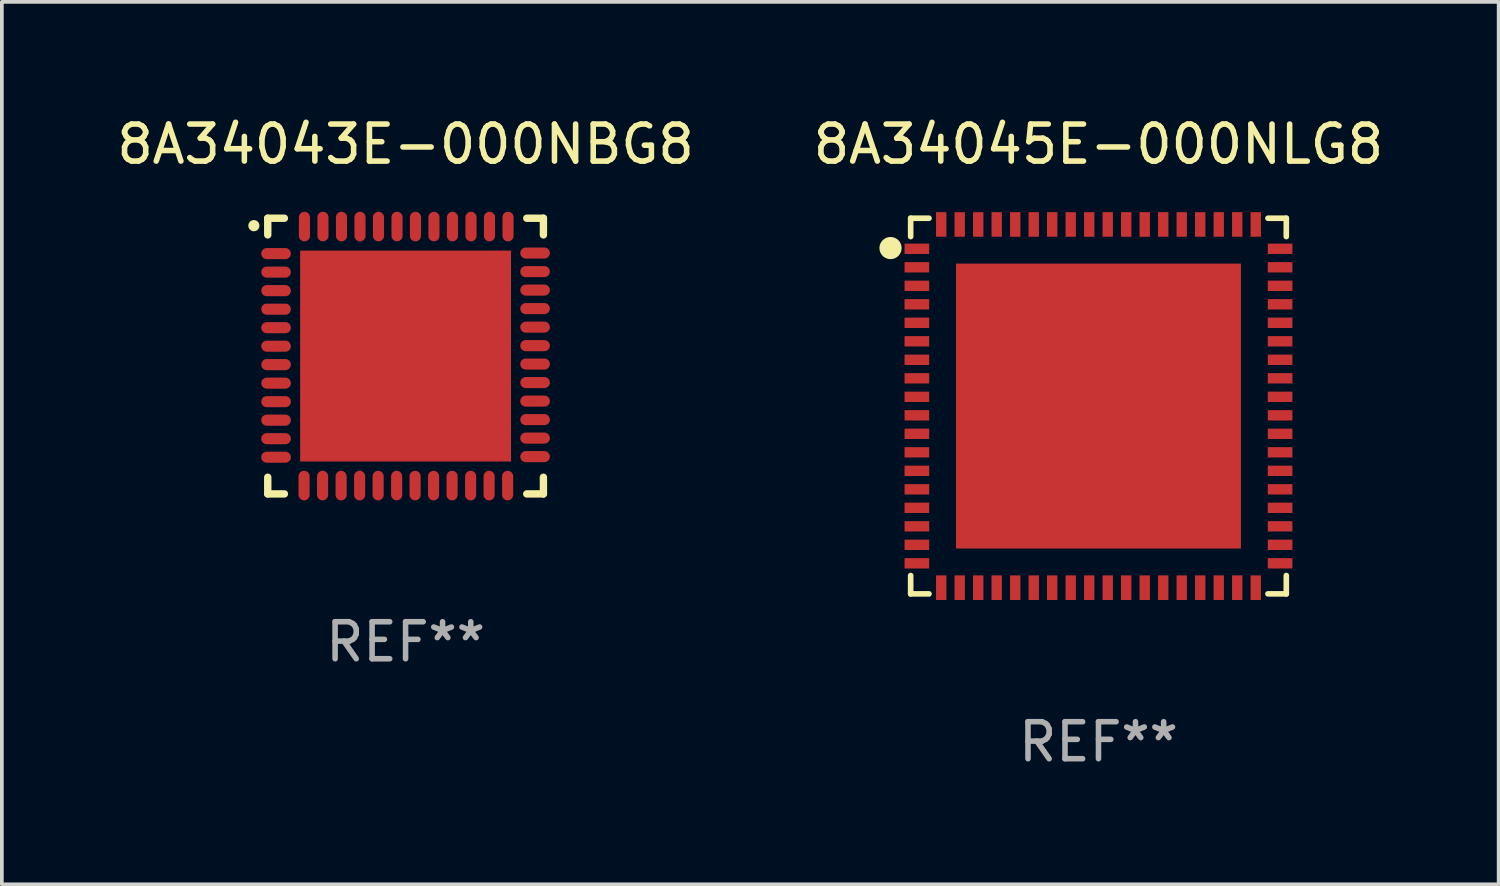
<source format=kicad_pcb>
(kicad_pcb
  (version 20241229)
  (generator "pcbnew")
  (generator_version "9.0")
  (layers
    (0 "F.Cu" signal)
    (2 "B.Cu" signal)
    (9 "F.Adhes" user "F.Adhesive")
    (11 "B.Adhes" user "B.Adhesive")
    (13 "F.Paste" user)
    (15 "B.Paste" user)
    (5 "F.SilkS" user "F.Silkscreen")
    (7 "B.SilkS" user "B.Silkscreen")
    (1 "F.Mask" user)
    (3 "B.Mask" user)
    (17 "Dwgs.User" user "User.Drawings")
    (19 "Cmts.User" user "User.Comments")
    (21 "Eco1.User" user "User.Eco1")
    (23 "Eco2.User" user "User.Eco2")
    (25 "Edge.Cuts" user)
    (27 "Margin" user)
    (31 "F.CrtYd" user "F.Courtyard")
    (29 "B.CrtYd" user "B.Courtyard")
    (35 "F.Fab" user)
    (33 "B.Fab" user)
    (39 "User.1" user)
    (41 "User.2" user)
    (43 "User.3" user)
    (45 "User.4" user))
  (footprint "8A34045E-000NLG8"
    (layer "F.Cu")
    (at 26.637 7.924)
    (property "Reference" "8A34045E-000NLG8" (at 0 -7.076 0) (layer "F.SilkS") (effects (font (size 1 1) (thickness 0.15))))
    (attr through_hole)
    (fp_line (start -5.076 -5.076) (end -5.076 -4.58) (stroke (width 0.152) (type solid)) (layer "F.SilkS"))
    (fp_line (start -5.076 5.076) (end -5.076 4.58) (stroke (width 0.152) (type solid)) (layer "F.SilkS"))
    (fp_line (start -4.58 -5.076) (end -5.076 -5.076) (stroke (width 0.152) (type solid)) (layer "F.SilkS"))
    (fp_line (start -4.58 5.076) (end -5.076 5.076) (stroke (width 0.152) (type solid)) (layer "F.SilkS"))
    (fp_line (start 4.58 -5.076) (end 5.076 -5.076) (stroke (width 0.152) (type solid)) (layer "F.SilkS"))
    (fp_line (start 4.58 5.076) (end 5.076 5.076) (stroke (width 0.152) (type solid)) (layer "F.SilkS"))
    (fp_line (start 5.076 -5.076) (end 5.076 -4.58) (stroke (width 0.152) (type solid)) (layer "F.SilkS"))
    (fp_line (start 5.076 5.076) (end 5.076 4.58) (stroke (width 0.152) (type solid)) (layer "F.SilkS"))
    (fp_circle (center -5.62 -4.27) (end -5.47 -4.27) (stroke (width 0.3) (type solid)) (fill no) (layer "F.SilkS"))
    (fp_text user "REF**" (at 0 9.076 0) (layer "F.Fab") (effects (font (size 1 1) (thickness 0.15))))
    (pad "1" smd rect (at -4.908 -4.25 270) (size 0.28 0.665) (layers "F.Cu" "F.Mask" "F.Paste"))
    (pad "2" smd rect (at -4.908 -3.75 270) (size 0.28 0.665) (layers "F.Cu" "F.Mask" "F.Paste"))
    (pad "3" smd rect (at -4.908 -3.25 270) (size 0.28 0.665) (layers "F.Cu" "F.Mask" "F.Paste"))
    (pad "4" smd rect (at -4.908 -2.75 270) (size 0.28 0.665) (layers "F.Cu" "F.Mask" "F.Paste"))
    (pad "5" smd rect (at -4.908 -2.25 270) (size 0.28 0.665) (layers "F.Cu" "F.Mask" "F.Paste"))
    (pad "6" smd rect (at -4.908 -1.75 270) (size 0.28 0.665) (layers "F.Cu" "F.Mask" "F.Paste"))
    (pad "7" smd rect (at -4.908 -1.25 270) (size 0.28 0.665) (layers "F.Cu" "F.Mask" "F.Paste"))
    (pad "8" smd rect (at -4.908 -0.75 270) (size 0.28 0.665) (layers "F.Cu" "F.Mask" "F.Paste"))
    (pad "9" smd rect (at -4.908 -0.25 270) (size 0.28 0.665) (layers "F.Cu" "F.Mask" "F.Paste"))
    (pad "10" smd rect (at -4.908 0.25 270) (size 0.28 0.665) (layers "F.Cu" "F.Mask" "F.Paste"))
    (pad "11" smd rect (at -4.908 0.75 270) (size 0.28 0.665) (layers "F.Cu" "F.Mask" "F.Paste"))
    (pad "12" smd rect (at -4.908 1.25 270) (size 0.28 0.665) (layers "F.Cu" "F.Mask" "F.Paste"))
    (pad "13" smd rect (at -4.908 1.75 270) (size 0.28 0.665) (layers "F.Cu" "F.Mask" "F.Paste"))
    (pad "14" smd rect (at -4.908 2.25 270) (size 0.28 0.665) (layers "F.Cu" "F.Mask" "F.Paste"))
    (pad "15" smd rect (at -4.908 2.75 270) (size 0.28 0.665) (layers "F.Cu" "F.Mask" "F.Paste"))
    (pad "16" smd rect (at -4.908 3.25 270) (size 0.28 0.665) (layers "F.Cu" "F.Mask" "F.Paste"))
    (pad "17" smd rect (at -4.908 3.75 270) (size 0.28 0.665) (layers "F.Cu" "F.Mask" "F.Paste"))
    (pad "18" smd rect (at -4.908 4.25 270) (size 0.28 0.665) (layers "F.Cu" "F.Mask" "F.Paste"))
    (pad "19" smd rect (at -4.25 4.908 270) (size 0.665 0.28) (layers "F.Cu" "F.Mask" "F.Paste"))
    (pad "20" smd rect (at -3.75 4.908 270) (size 0.665 0.28) (layers "F.Cu" "F.Mask" "F.Paste"))
    (pad "21" smd rect (at -3.25 4.908 270) (size 0.665 0.28) (layers "F.Cu" "F.Mask" "F.Paste"))
    (pad "22" smd rect (at -2.75 4.908 270) (size 0.665 0.28) (layers "F.Cu" "F.Mask" "F.Paste"))
    (pad "23" smd rect (at -2.25 4.908 270) (size 0.665 0.28) (layers "F.Cu" "F.Mask" "F.Paste"))
    (pad "24" smd rect (at -1.75 4.908 270) (size 0.665 0.28) (layers "F.Cu" "F.Mask" "F.Paste"))
    (pad "25" smd rect (at -1.25 4.908 270) (size 0.665 0.28) (layers "F.Cu" "F.Mask" "F.Paste"))
    (pad "26" smd rect (at -0.75 4.908 270) (size 0.665 0.28) (layers "F.Cu" "F.Mask" "F.Paste"))
    (pad "27" smd rect (at -0.25 4.908 270) (size 0.665 0.28) (layers "F.Cu" "F.Mask" "F.Paste"))
    (pad "28" smd rect (at 0.25 4.908 270) (size 0.665 0.28) (layers "F.Cu" "F.Mask" "F.Paste"))
    (pad "29" smd rect (at 0.75 4.908 270) (size 0.665 0.28) (layers "F.Cu" "F.Mask" "F.Paste"))
    (pad "30" smd rect (at 1.25 4.908 270) (size 0.665 0.28) (layers "F.Cu" "F.Mask" "F.Paste"))
    (pad "31" smd rect (at 1.75 4.908 270) (size 0.665 0.28) (layers "F.Cu" "F.Mask" "F.Paste"))
    (pad "32" smd rect (at 2.25 4.908 270) (size 0.665 0.28) (layers "F.Cu" "F.Mask" "F.Paste"))
    (pad "33" smd rect (at 2.75 4.908 270) (size 0.665 0.28) (layers "F.Cu" "F.Mask" "F.Paste"))
    (pad "34" smd rect (at 3.25 4.908 270) (size 0.665 0.28) (layers "F.Cu" "F.Mask" "F.Paste"))
    (pad "35" smd rect (at 3.75 4.908 270) (size 0.665 0.28) (layers "F.Cu" "F.Mask" "F.Paste"))
    (pad "36" smd rect (at 4.25 4.908 270) (size 0.665 0.28) (layers "F.Cu" "F.Mask" "F.Paste"))
    (pad "37" smd rect (at 4.908 4.25 270) (size 0.28 0.665) (layers "F.Cu" "F.Mask" "F.Paste"))
    (pad "38" smd rect (at 4.908 3.75 270) (size 0.28 0.665) (layers "F.Cu" "F.Mask" "F.Paste"))
    (pad "39" smd rect (at 4.908 3.25 270) (size 0.28 0.665) (layers "F.Cu" "F.Mask" "F.Paste"))
    (pad "40" smd rect (at 4.908 2.75 270) (size 0.28 0.665) (layers "F.Cu" "F.Mask" "F.Paste"))
    (pad "41" smd rect (at 4.908 2.25 270) (size 0.28 0.665) (layers "F.Cu" "F.Mask" "F.Paste"))
    (pad "42" smd rect (at 4.908 1.75 270) (size 0.28 0.665) (layers "F.Cu" "F.Mask" "F.Paste"))
    (pad "43" smd rect (at 4.908 1.25 270) (size 0.28 0.665) (layers "F.Cu" "F.Mask" "F.Paste"))
    (pad "44" smd rect (at 4.908 0.75 270) (size 0.28 0.665) (layers "F.Cu" "F.Mask" "F.Paste"))
    (pad "45" smd rect (at 4.908 0.25 270) (size 0.28 0.665) (layers "F.Cu" "F.Mask" "F.Paste"))
    (pad "46" smd rect (at 4.908 -0.25 270) (size 0.28 0.665) (layers "F.Cu" "F.Mask" "F.Paste"))
    (pad "47" smd rect (at 4.908 -0.75 270) (size 0.28 0.665) (layers "F.Cu" "F.Mask" "F.Paste"))
    (pad "48" smd rect (at 4.908 -1.25 270) (size 0.28 0.665) (layers "F.Cu" "F.Mask" "F.Paste"))
    (pad "49" smd rect (at 4.908 -1.75 270) (size 0.28 0.665) (layers "F.Cu" "F.Mask" "F.Paste"))
    (pad "50" smd rect (at 4.908 -2.25 270) (size 0.28 0.665) (layers "F.Cu" "F.Mask" "F.Paste"))
    (pad "51" smd rect (at 4.908 -2.75 270) (size 0.28 0.665) (layers "F.Cu" "F.Mask" "F.Paste"))
    (pad "52" smd rect (at 4.908 -3.25 270) (size 0.28 0.665) (layers "F.Cu" "F.Mask" "F.Paste"))
    (pad "53" smd rect (at 4.908 -3.75 270) (size 0.28 0.665) (layers "F.Cu" "F.Mask" "F.Paste"))
    (pad "54" smd rect (at 4.908 -4.25 270) (size 0.28 0.665) (layers "F.Cu" "F.Mask" "F.Paste"))
    (pad "55" smd rect (at 4.25 -4.908 270) (size 0.665 0.28) (layers "F.Cu" "F.Mask" "F.Paste"))
    (pad "56" smd rect (at 3.75 -4.908 270) (size 0.665 0.28) (layers "F.Cu" "F.Mask" "F.Paste"))
    (pad "57" smd rect (at 3.25 -4.908 270) (size 0.665 0.28) (layers "F.Cu" "F.Mask" "F.Paste"))
    (pad "58" smd rect (at 2.75 -4.908 270) (size 0.665 0.28) (layers "F.Cu" "F.Mask" "F.Paste"))
    (pad "59" smd rect (at 2.25 -4.908 270) (size 0.665 0.28) (layers "F.Cu" "F.Mask" "F.Paste"))
    (pad "60" smd rect (at 1.75 -4.908 270) (size 0.665 0.28) (layers "F.Cu" "F.Mask" "F.Paste"))
    (pad "61" smd rect (at 1.25 -4.908 270) (size 0.665 0.28) (layers "F.Cu" "F.Mask" "F.Paste"))
    (pad "62" smd rect (at 0.75 -4.908 270) (size 0.665 0.28) (layers "F.Cu" "F.Mask" "F.Paste"))
    (pad "63" smd rect (at 0.25 -4.908 270) (size 0.665 0.28) (layers "F.Cu" "F.Mask" "F.Paste"))
    (pad "64" smd rect (at -0.25 -4.908 270) (size 0.665 0.28) (layers "F.Cu" "F.Mask" "F.Paste"))
    (pad "65" smd rect (at -0.75 -4.908 270) (size 0.665 0.28) (layers "F.Cu" "F.Mask" "F.Paste"))
    (pad "66" smd rect (at -1.25 -4.908 270) (size 0.665 0.28) (layers "F.Cu" "F.Mask" "F.Paste"))
    (pad "67" smd rect (at -1.75 -4.908 270) (size 0.665 0.28) (layers "F.Cu" "F.Mask" "F.Paste"))
    (pad "68" smd rect (at -2.25 -4.908 270) (size 0.665 0.28) (layers "F.Cu" "F.Mask" "F.Paste"))
    (pad "69" smd rect (at -2.75 -4.908 270) (size 0.665 0.28) (layers "F.Cu" "F.Mask" "F.Paste"))
    (pad "70" smd rect (at -3.25 -4.908 270) (size 0.665 0.28) (layers "F.Cu" "F.Mask" "F.Paste"))
    (pad "71" smd rect (at -3.75 -4.908 270) (size 0.665 0.28) (layers "F.Cu" "F.Mask" "F.Paste"))
    (pad "72" smd rect (at -4.25 -4.908 270) (size 0.665 0.28) (layers "F.Cu" "F.Mask" "F.Paste"))
    (pad "73" smd rect (at 0 0 270) (size 7.7 7.7) (layers "F.Cu" "F.Mask" "F.Paste")))
  (footprint "8A34043E-000NBG8"
    (layer "F.Cu")
    (at 7.911 6.573)
    (property "Reference" "8A34043E-000NBG8" (at 0 -5.725 0) (layer "F.SilkS") (effects (font (size 1 1) (thickness 0.15))))
    (attr through_hole)
    (fp_line (start -3.725 -3.725) (end -3.275 -3.725) (stroke (width 0.2) (type solid)) (layer "F.SilkS"))
    (fp_line (start -3.725 -3.275) (end -3.725 -3.725) (stroke (width 0.2) (type solid)) (layer "F.SilkS"))
    (fp_line (start -3.725 3.275) (end -3.725 3.725) (stroke (width 0.2) (type solid)) (layer "F.SilkS"))
    (fp_line (start -3.725 3.725) (end -3.275 3.725) (stroke (width 0.2) (type solid)) (layer "F.SilkS"))
    (fp_line (start 3.275 -3.725) (end 3.725 -3.725) (stroke (width 0.2) (type solid)) (layer "F.SilkS"))
    (fp_line (start 3.275 3.725) (end 3.725 3.725) (stroke (width 0.2) (type solid)) (layer "F.SilkS"))
    (fp_line (start 3.725 -3.725) (end 3.725 -3.275) (stroke (width 0.2) (type solid)) (layer "F.SilkS"))
    (fp_line (start 3.725 3.725) (end 3.725 3.275) (stroke (width 0.2) (type solid)) (layer "F.SilkS"))
    (fp_arc (start -4.099568 -3.522987) (mid -4.099573 -3.524257) (end -4.099568 -3.525527) (stroke (width 0.3) (type solid)) (layer "F.SilkS"))
    (fp_text user "REF**" (at 0 7.725 0) (layer "F.Fab") (effects (font (size 1 1) (thickness 0.15))))
    (pad "1" smd oval (at -3.5 -2.769 90) (size 0.3 0.8) (layers "F.Cu" "F.Mask" "F.Paste"))
    (pad "2" smd oval (at -3.5 -2.268 90) (size 0.3 0.8) (layers "F.Cu" "F.Mask" "F.Paste"))
    (pad "3" smd oval (at -3.5 -1.768 90) (size 0.3 0.8) (layers "F.Cu" "F.Mask" "F.Paste"))
    (pad "4" smd oval (at -3.5 -1.267 90) (size 0.3 0.8) (layers "F.Cu" "F.Mask" "F.Paste"))
    (pad "5" smd oval (at -3.5 -0.767 90) (size 0.3 0.8) (layers "F.Cu" "F.Mask" "F.Paste"))
    (pad "6" smd oval (at -3.5 -0.267 90) (size 0.3 0.8) (layers "F.Cu" "F.Mask" "F.Paste"))
    (pad "7" smd oval (at -3.5 0.231 90) (size 0.3 0.8) (layers "F.Cu" "F.Mask" "F.Paste"))
    (pad "8" smd oval (at -3.5 0.732 90) (size 0.3 0.8) (layers "F.Cu" "F.Mask" "F.Paste"))
    (pad "9" smd oval (at -3.5 1.232 90) (size 0.3 0.8) (layers "F.Cu" "F.Mask" "F.Paste"))
    (pad "10" smd oval (at -3.5 1.732 90) (size 0.3 0.8) (layers "F.Cu" "F.Mask" "F.Paste"))
    (pad "11" smd oval (at -3.5 2.233 90) (size 0.3 0.8) (layers "F.Cu" "F.Mask" "F.Paste"))
    (pad "12" smd oval (at -3.5 2.733 90) (size 0.3 0.8) (layers "F.Cu" "F.Mask" "F.Paste"))
    (pad "13" smd oval (at -2.743 3.5) (size 0.3 0.8) (layers "F.Cu" "F.Mask" "F.Paste"))
    (pad "14" smd oval (at -2.243 3.5) (size 0.3 0.8) (layers "F.Cu" "F.Mask" "F.Paste"))
    (pad "15" smd oval (at -1.742 3.5) (size 0.3 0.8) (layers "F.Cu" "F.Mask" "F.Paste"))
    (pad "16" smd oval (at -1.242 3.5) (size 0.3 0.8) (layers "F.Cu" "F.Mask" "F.Paste"))
    (pad "17" smd oval (at -0.742 3.5) (size 0.3 0.8) (layers "F.Cu" "F.Mask" "F.Paste"))
    (pad "18" smd oval (at -0.241 3.5) (size 0.3 0.8) (layers "F.Cu" "F.Mask" "F.Paste"))
    (pad "19" smd oval (at 0.257 3.5) (size 0.3 0.8) (layers "F.Cu" "F.Mask" "F.Paste"))
    (pad "20" smd oval (at 0.757 3.5) (size 0.3 0.8) (layers "F.Cu" "F.Mask" "F.Paste"))
    (pad "21" smd oval (at 1.257 3.5) (size 0.3 0.8) (layers "F.Cu" "F.Mask" "F.Paste"))
    (pad "22" smd oval (at 1.758 3.5) (size 0.3 0.8) (layers "F.Cu" "F.Mask" "F.Paste"))
    (pad "23" smd oval (at 2.258 3.5) (size 0.3 0.8) (layers "F.Cu" "F.Mask" "F.Paste"))
    (pad "24" smd oval (at 2.758 3.5) (size 0.3 0.8) (layers "F.Cu" "F.Mask" "F.Paste"))
    (pad "25" smd oval (at 3.5 2.718 90) (size 0.3 0.8) (layers "F.Cu" "F.Mask" "F.Paste"))
    (pad "26" smd oval (at 3.5 2.217 90) (size 0.3 0.8) (layers "F.Cu" "F.Mask" "F.Paste"))
    (pad "27" smd oval (at 3.5 1.717 90) (size 0.3 0.8) (layers "F.Cu" "F.Mask" "F.Paste"))
    (pad "28" smd oval (at 3.5 1.217 90) (size 0.3 0.8) (layers "F.Cu" "F.Mask" "F.Paste"))
    (pad "29" smd oval (at 3.5 0.716 90) (size 0.3 0.8) (layers "F.Cu" "F.Mask" "F.Paste"))
    (pad "30" smd oval (at 3.5 0.216 90) (size 0.3 0.8) (layers "F.Cu" "F.Mask" "F.Paste"))
    (pad "31" smd oval (at 3.5 -0.282 90) (size 0.3 0.8) (layers "F.Cu" "F.Mask" "F.Paste"))
    (pad "32" smd oval (at 3.5 -0.782 90) (size 0.3 0.8) (layers "F.Cu" "F.Mask" "F.Paste"))
    (pad "33" smd oval (at 3.5 -1.283 90) (size 0.3 0.8) (layers "F.Cu" "F.Mask" "F.Paste"))
    (pad "34" smd oval (at 3.5 -1.783 90) (size 0.3 0.8) (layers "F.Cu" "F.Mask" "F.Paste"))
    (pad "35" smd oval (at 3.5 -2.283 90) (size 0.3 0.8) (layers "F.Cu" "F.Mask" "F.Paste"))
    (pad "36" smd oval (at 3.5 -2.784 90) (size 0.3 0.8) (layers "F.Cu" "F.Mask" "F.Paste"))
    (pad "37" smd oval (at 2.769 -3.5) (size 0.3 0.8) (layers "F.Cu" "F.Mask" "F.Paste"))
    (pad "38" smd oval (at 2.268 -3.5) (size 0.3 0.8) (layers "F.Cu" "F.Mask" "F.Paste"))
    (pad "39" smd oval (at 1.768 -3.5) (size 0.3 0.8) (layers "F.Cu" "F.Mask" "F.Paste"))
    (pad "40" smd oval (at 1.267 -3.5) (size 0.3 0.8) (layers "F.Cu" "F.Mask" "F.Paste"))
    (pad "41" smd oval (at 0.767 -3.5) (size 0.3 0.8) (layers "F.Cu" "F.Mask" "F.Paste"))
    (pad "42" smd oval (at 0.267 -3.5) (size 0.3 0.8) (layers "F.Cu" "F.Mask" "F.Paste"))
    (pad "43" smd oval (at -0.231 -3.5) (size 0.3 0.8) (layers "F.Cu" "F.Mask" "F.Paste"))
    (pad "44" smd oval (at -0.732 -3.5) (size 0.3 0.8) (layers "F.Cu" "F.Mask" "F.Paste"))
    (pad "45" smd oval (at -1.232 -3.5) (size 0.3 0.8) (layers "F.Cu" "F.Mask" "F.Paste"))
    (pad "46" smd oval (at -1.732 -3.5) (size 0.3 0.8) (layers "F.Cu" "F.Mask" "F.Paste"))
    (pad "47" smd oval (at -2.233 -3.5) (size 0.3 0.8) (layers "F.Cu" "F.Mask" "F.Paste"))
    (pad "48" smd oval (at -2.733 -3.5) (size 0.3 0.8) (layers "F.Cu" "F.Mask" "F.Paste"))
    (pad "49" smd rect (at 0 0) (size 5.7 5.7) (layers "F.Cu" "F.Mask" "F.Paste")))
  (gr_rect
    (start -3 -3)
    (end 37.452 20.849)
    (stroke (width 0.1) (type default))
    (fill no)
    (layer "Edge.Cuts")))
</source>
